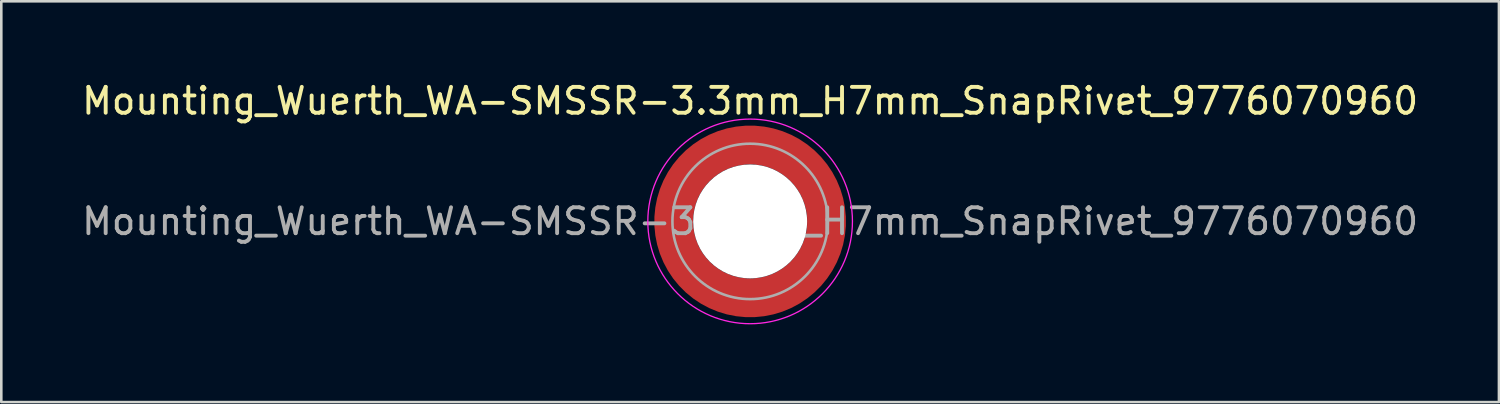
<source format=kicad_pcb>
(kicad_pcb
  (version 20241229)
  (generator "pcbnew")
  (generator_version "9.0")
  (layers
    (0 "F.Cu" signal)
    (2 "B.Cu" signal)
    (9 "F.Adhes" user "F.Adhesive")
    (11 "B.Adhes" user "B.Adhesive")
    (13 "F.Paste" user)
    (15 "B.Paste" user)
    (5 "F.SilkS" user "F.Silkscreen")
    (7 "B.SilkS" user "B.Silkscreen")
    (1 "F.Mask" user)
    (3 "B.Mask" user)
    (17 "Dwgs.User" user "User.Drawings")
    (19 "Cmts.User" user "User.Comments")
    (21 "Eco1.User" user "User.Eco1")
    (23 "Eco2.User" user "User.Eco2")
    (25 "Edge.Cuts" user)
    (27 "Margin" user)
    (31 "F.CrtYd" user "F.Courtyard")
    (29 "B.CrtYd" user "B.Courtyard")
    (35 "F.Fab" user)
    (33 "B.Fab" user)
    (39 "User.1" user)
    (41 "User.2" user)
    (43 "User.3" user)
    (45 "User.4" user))
  (footprint "Mounting_Wuerth_WA-SMSSR-3.3mm_H7mm_SnapRivet_9776070960"
    (layer "F.Cu")
    (at 25.911 5.498)
    (property "Reference" "Mounting_Wuerth_WA-SMSSR-3.3mm_H7mm_SnapRivet_9776070960" (at 0 -4.65 0) (layer "F.SilkS") (effects (font (size 1 1) (thickness 0.15))))
    (property "Mouser Part no." "" (at 0 0 0) (layer "F.Fab") (effects (font (size 1.27 1.27) (thickness 0.15))))
    (property "Mouser link" "" (at 0 0 0) (layer "F.Fab") (effects (font (size 1.27 1.27) (thickness 0.15))))
    (attr smd)
    (fp_circle (center 0 0) (end 3.95 0) (stroke (width 0.05) (type solid)) (fill no) (layer "F.CrtYd"))
    (fp_circle (center 0 0) (end 3 0) (stroke (width 0.1) (type solid)) (fill no) (layer "F.Fab"))
    (fp_text user "${REFERENCE}" (at 0 0 0) (layer "F.Fab") (effects (font (size 1 1) (thickness 0.15))))
    (pad "" smd custom (at -2.077 -2.077) (size 0.995 0.995) (layers "F.Paste") (options (anchor circle)) (primitives (gr_arc (start -0.208831 1.577126) (mid 0.422144 0.422848) (end 1.576154 -0.208618) (width 0.2)) (gr_arc (start -0.310669 1.577126) (mid 0.35138 0.352781) (end 1.575188 -0.310262) (width 0.2)) (gr_arc (start -0.412325 1.577126) (mid 0.280305 0.283024) (end 1.573357 -0.411565) (width 0.2)) (gr_arc (start -0.51382 1.577126) (mid 0.210358 0.212139) (end 1.574653 -0.513342) (width 0.2)) (gr_arc (start -0.615172 1.577126) (mid 0.139846 0.141818) (end 1.574384 -0.614661) (width 0.2)) (gr_arc (start -0.716397 1.577126) (mid 0.070334 0.070498) (end 1.576898 -0.716356) (width 0.2)) (gr_arc (start -0.817508 1.577126) (mid -0.001805 0.001806) (end 1.572094 -0.816634) (width 0.2)) (gr_arc (start -0.918517 1.577126) (mid -0.071322 -0.06951) (end 1.574599 -0.918094) (width 0.2)) (gr_arc (start -1.019433 1.577126) (mid -0.141902 -0.139762) (end 1.574138 -1.018949) (width 0.2)) (gr_arc (start -1.120266 1.577126) (mid -0.211736 -0.210761) (end 1.575763 -1.120053) (width 0.2)) (gr_arc (start -1.221022 1.577126) (mid -0.282882 -0.280446) (end 1.57372 -1.220504) (width 0.2)) (gr_arc (start -1.32171 1.577126) (mid -0.353407 -0.350753) (end 1.573414 -1.321162) (width 0.2)) (gr_arc (start -1.422335 1.577126) (mid -0.423311 -0.421682) (end 1.574846 -1.422009) (width 0.2)) (gr_line (start 1.577 -0.209) (end 1.577 -1.422) (width 0.2)) (gr_line (start -0.209 1.577) (end -1.422 1.577) (width 0.2))))
    (pad "" smd custom (at -2.077 2.077) (size 0.995 0.995) (layers "F.Paste") (options (anchor circle)) (primitives (gr_arc (start 1.577126 0.208831) (mid 0.422848 -0.422144) (end -0.208618 -1.576154) (width 0.2)) (gr_arc (start 1.577126 0.310669) (mid 0.352781 -0.35138) (end -0.310262 -1.575188) (width 0.2)) (gr_arc (start 1.577126 0.412325) (mid 0.283024 -0.280305) (end -0.411565 -1.573357) (width 0.2)) (gr_arc (start 1.577126 0.51382) (mid 0.212139 -0.210358) (end -0.513342 -1.574653) (width 0.2)) (gr_arc (start 1.577126 0.615172) (mid 0.141818 -0.139846) (end -0.614661 -1.574384) (width 0.2)) (gr_arc (start 1.577126 0.716397) (mid 0.070498 -0.070334) (end -0.716356 -1.576898) (width 0.2)) (gr_arc (start 1.577126 0.817508) (mid 0.001806 0.001805) (end -0.816634 -1.572094) (width 0.2)) (gr_arc (start 1.577126 0.918517) (mid -0.06951 0.071322) (end -0.918094 -1.574599) (width 0.2)) (gr_arc (start 1.577126 1.019433) (mid -0.139762 0.141902) (end -1.018949 -1.574138) (width 0.2)) (gr_arc (start 1.577126 1.120266) (mid -0.210761 0.211736) (end -1.120053 -1.575763) (width 0.2)) (gr_arc (start 1.577126 1.221022) (mid -0.280446 0.282882) (end -1.220504 -1.57372) (width 0.2)) (gr_arc (start 1.577126 1.32171) (mid -0.350753 0.353407) (end -1.321162 -1.573414) (width 0.2)) (gr_arc (start 1.577126 1.422335) (mid -0.421682 0.423311) (end -1.422009 -1.574846) (width 0.2)) (gr_line (start -0.209 -1.577) (end -1.422 -1.577) (width 0.2)) (gr_line (start 1.577 0.209) (end 1.577 1.422) (width 0.2))))
    (pad "" np_thru_hole circle (at 0 0) (size 4.4 4.4) (drill 4.4) (layers "*.Cu" "*.Mask"))
    (pad "" smd custom (at 2.077 -2.077) (size 0.995 0.995) (layers "F.Paste") (options (anchor circle)) (primitives (gr_arc (start -1.577126 -0.208831) (mid -0.422848 0.422144) (end 0.208618 1.576154) (width 0.2)) (gr_arc (start -1.577126 -0.310669) (mid -0.352781 0.35138) (end 0.310262 1.575188) (width 0.2)) (gr_arc (start -1.577126 -0.412325) (mid -0.283024 0.280305) (end 0.411565 1.573357) (width 0.2)) (gr_arc (start -1.577126 -0.51382) (mid -0.212139 0.210358) (end 0.513342 1.574653) (width 0.2)) (gr_arc (start -1.577126 -0.615172) (mid -0.141818 0.139846) (end 0.614661 1.574384) (width 0.2)) (gr_arc (start -1.577126 -0.716397) (mid -0.070498 0.070334) (end 0.716356 1.576898) (width 0.2)) (gr_arc (start -1.577126 -0.817508) (mid -0.001806 -0.001805) (end 0.816634 1.572094) (width 0.2)) (gr_arc (start -1.577126 -0.918517) (mid 0.06951 -0.071322) (end 0.918094 1.574599) (width 0.2)) (gr_arc (start -1.577126 -1.019433) (mid 0.139762 -0.141902) (end 1.018949 1.574138) (width 0.2)) (gr_arc (start -1.577126 -1.120266) (mid 0.210761 -0.211736) (end 1.120053 1.575763) (width 0.2)) (gr_arc (start -1.577126 -1.221022) (mid 0.280446 -0.282882) (end 1.220504 1.57372) (width 0.2)) (gr_arc (start -1.577126 -1.32171) (mid 0.350753 -0.353407) (end 1.321162 1.573414) (width 0.2)) (gr_arc (start -1.577126 -1.422335) (mid 0.421682 -0.423311) (end 1.422009 1.574846) (width 0.2)) (gr_line (start 0.209 1.577) (end 1.422 1.577) (width 0.2)) (gr_line (start -1.577 -0.209) (end -1.577 -1.422) (width 0.2))))
    (pad "" smd custom (at 2.077 2.077) (size 0.995 0.995) (layers "F.Paste") (options (anchor circle)) (primitives (gr_arc (start 0.208831 -1.577126) (mid -0.422144 -0.422848) (end -1.576154 0.208618) (width 0.2)) (gr_arc (start 0.310669 -1.577126) (mid -0.35138 -0.352781) (end -1.575188 0.310262) (width 0.2)) (gr_arc (start 0.412325 -1.577126) (mid -0.280305 -0.283024) (end -1.573357 0.411565) (width 0.2)) (gr_arc (start 0.51382 -1.577126) (mid -0.210358 -0.212139) (end -1.574653 0.513342) (width 0.2)) (gr_arc (start 0.615172 -1.577126) (mid -0.139846 -0.141818) (end -1.574384 0.614661) (width 0.2)) (gr_arc (start 0.716397 -1.577126) (mid -0.070334 -0.070498) (end -1.576898 0.716356) (width 0.2)) (gr_arc (start 0.817508 -1.577126) (mid 0.001805 -0.001806) (end -1.572094 0.816634) (width 0.2)) (gr_arc (start 0.918517 -1.577126) (mid 0.071322 0.06951) (end -1.574599 0.918094) (width 0.2)) (gr_arc (start 1.019433 -1.577126) (mid 0.141902 0.139762) (end -1.574138 1.018949) (width 0.2)) (gr_arc (start 1.120266 -1.577126) (mid 0.211736 0.210761) (end -1.575763 1.120053) (width 0.2)) (gr_arc (start 1.221022 -1.577126) (mid 0.282882 0.280446) (end -1.57372 1.220504) (width 0.2)) (gr_arc (start 1.32171 -1.577126) (mid 0.353407 0.350753) (end -1.573414 1.321162) (width 0.2)) (gr_arc (start 1.422335 -1.577126) (mid 0.423311 0.421682) (end -1.574846 1.422009) (width 0.2)) (gr_line (start -1.577 0.209) (end -1.577 1.422) (width 0.2)) (gr_line (start 0.209 -1.577) (end 1.422 -1.577) (width 0.2))))
    (pad "1" smd circle (at -2.95 0) (size 1.1 1.1) (layers "F.Cu"))
    (pad "1" smd circle (at 0 -2.95) (size 1.1 1.1) (layers "F.Cu"))
    (pad "1" smd circle (at 0 2.95) (size 1.1 1.1) (layers "F.Cu"))
    (pad "1" smd custom (at 2.95 0) (size 1.1 1.1) (layers "F.Cu" "F.Mask") (options (anchor circle)) (primitives (gr_circle (center -2.95 0) (end 0 0) (width 1.5) (fill no)))))
  (gr_rect
    (start -3 -3)
    (end 54.821 12.473)
    (stroke (width 0.1) (type default))
    (fill no)
    (layer "Edge.Cuts")))
</source>
